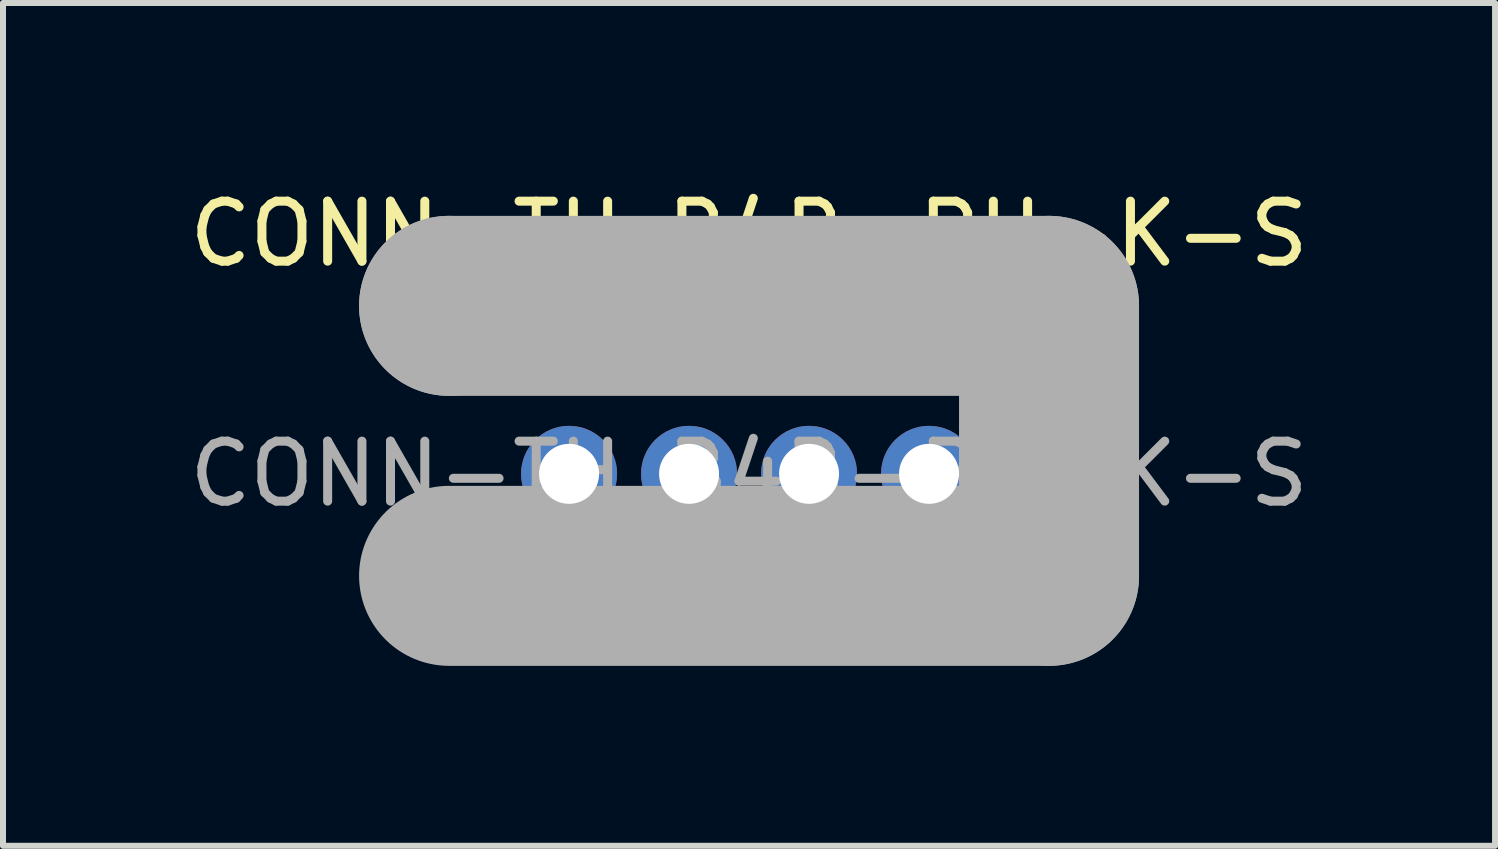
<source format=kicad_pcb>
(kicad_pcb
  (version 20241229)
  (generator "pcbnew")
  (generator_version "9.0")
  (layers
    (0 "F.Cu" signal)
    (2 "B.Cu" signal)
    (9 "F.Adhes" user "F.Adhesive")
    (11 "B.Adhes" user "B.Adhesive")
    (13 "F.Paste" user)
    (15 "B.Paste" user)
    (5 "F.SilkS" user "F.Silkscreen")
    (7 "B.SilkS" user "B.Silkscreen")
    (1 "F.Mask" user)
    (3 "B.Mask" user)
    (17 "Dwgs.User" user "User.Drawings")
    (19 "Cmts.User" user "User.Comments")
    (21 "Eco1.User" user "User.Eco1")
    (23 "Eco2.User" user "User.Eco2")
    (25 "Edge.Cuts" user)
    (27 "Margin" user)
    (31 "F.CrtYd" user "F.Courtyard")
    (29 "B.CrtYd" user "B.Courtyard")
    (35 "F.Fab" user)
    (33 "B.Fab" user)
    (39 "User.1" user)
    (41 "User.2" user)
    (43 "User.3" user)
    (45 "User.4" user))
  (footprint "CONN-TH_B4B-PH-K-S"
    (layer "F.Cu")
    (at 9.435 4.848)
    (property "Reference" "CONN-TH_B4B-PH-K-S" (at 0 -4 0) (layer "F.SilkS") (effects (font (size 1 1) (thickness 0.15))))
    (attr through_hole)
    (fp_circle (center 4.29 1.02) (end 4.65 1.02) (stroke (width 0.25) (type solid)) (fill no) (layer "F.SilkS"))
    (fp_line (start -5 -2.8) (end -5 -2.8) (stroke (width 3) (type solid)) (layer "F.Fab"))
    (fp_line (start -5 -2.8) (end 5 -2.8) (stroke (width 3) (type solid)) (layer "F.Fab"))
    (fp_line (start 5 -2.8) (end 5 1.7) (stroke (width 3) (type solid)) (layer "F.Fab"))
    (fp_line (start 5 1.7) (end -5 1.7) (stroke (width 3) (type solid)) (layer "F.Fab"))
    (fp_circle (center -3 0) (end -2.8 0) (stroke (width 0.4) (type solid)) (fill no) (layer "F.Fab"))
    (fp_circle (center -1 0) (end -0.8 0) (stroke (width 0.4) (type solid)) (fill no) (layer "F.Fab"))
    (fp_circle (center 1 0) (end 1.2 0) (stroke (width 0.4) (type solid)) (fill no) (layer "F.Fab"))
    (fp_circle (center 3 0) (end 3.2 0) (stroke (width 0.4) (type solid)) (fill no) (layer "F.Fab"))
    (fp_circle (center 5.13 -2.93) (end 5.16 -2.93) (stroke (width 0.06) (type solid)) (fill no) (layer "F.Fab"))
    (fp_text user "${REFERENCE}" (at 0 0 0) (layer "F.Fab") (effects (font (size 1 1) (thickness 0.15))))
    (pad "1" thru_hole circle (at 3 0 180) (size 1.6 1.6) (drill 1) (layers "*.Cu" "*.Mask"))
    (pad "2" thru_hole circle (at 1 0 180) (size 1.6 1.6) (drill 1) (layers "*.Cu" "*.Mask"))
    (pad "3" thru_hole circle (at -1 0 180) (size 1.6 1.6) (drill 1) (layers "*.Cu" "*.Mask"))
    (pad "4" thru_hole circle (at -3 0 180) (size 1.6 1.6) (drill 1) (layers "*.Cu" "*.Mask")))
  (gr_rect
    (start -3 -3)
    (end 21.869 11.048)
    (stroke (width 0.1) (type default))
    (fill no)
    (layer "Edge.Cuts")))
</source>
